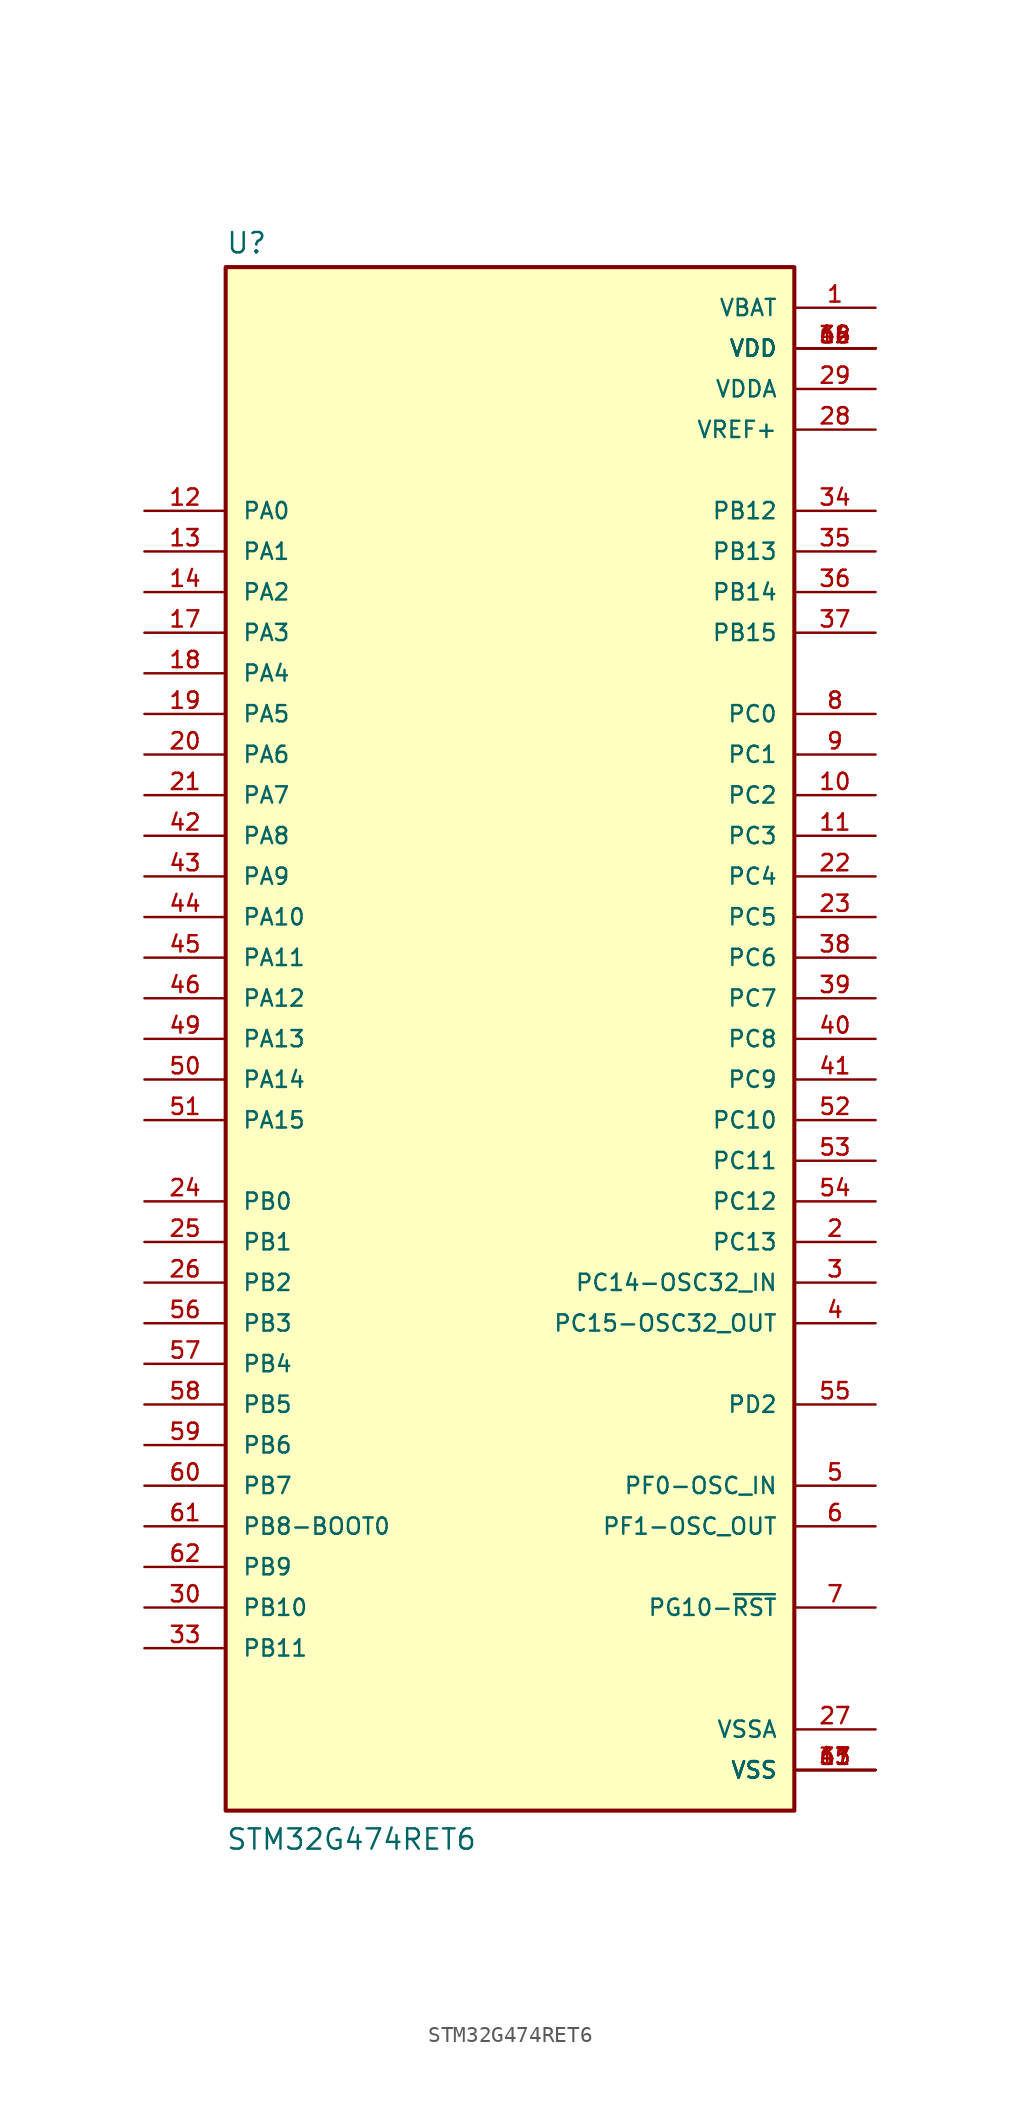
<source format=kicad_sym>
(kicad_symbol_lib
  (version 20211014)
  (generator kicad_symbol_editor)
  (symbol "STM32G474RET6"
    (pin_names
      (offset 1.016))
    (property "Reference" "U"
      (at -17.78 49.022 0)
      (effects (font (size 1.27 1.27)) (justify bottom left)))
    (property "Value" "STM32G474RET6"
      (at -17.78 -50.8 0)
      (effects (font (size 1.27 1.27)) (justify bottom left)))
    (symbol "STM32G474RET6_0_0"
      (rectangle (start -17.78 -48.26) (end 17.78 48.26) (stroke (width 0.254)) (fill (type background)))
      (pin power_in line (at 22.86 45.72 180.0) (length 5.08) (name "VBAT" (effects (font (size 1.016 1.016)))) (number "1" (effects (font (size 1.016 1.016)))))
      (pin bidirectional line (at 22.86 -12.7 180.0) (length 5.08) (name "PC13" (effects (font (size 1.016 1.016)))) (number "2" (effects (font (size 1.016 1.016)))))
      (pin bidirectional line (at 22.86 -15.24 180.0) (length 5.08) (name "PC14-OSC32_IN" (effects (font (size 1.016 1.016)))) (number "3" (effects (font (size 1.016 1.016)))))
      (pin bidirectional line (at 22.86 -17.78 180.0) (length 5.08) (name "PC15-OSC32_OUT" (effects (font (size 1.016 1.016)))) (number "4" (effects (font (size 1.016 1.016)))))
      (pin bidirectional line (at 22.86 -27.94 180.0) (length 5.08) (name "PF0-OSC_IN" (effects (font (size 1.016 1.016)))) (number "5" (effects (font (size 1.016 1.016)))))
      (pin bidirectional line (at 22.86 -30.48 180.0) (length 5.08) (name "PF1-OSC_OUT" (effects (font (size 1.016 1.016)))) (number "6" (effects (font (size 1.016 1.016)))))
      (pin bidirectional line (at 22.86 -35.56 180.0) (length 5.08) (name "PG10-~{RST}" (effects (font (size 1.016 1.016)))) (number "7" (effects (font (size 1.016 1.016)))))
      (pin bidirectional line (at 22.86 20.32 180.0) (length 5.08) (name "PC0" (effects (font (size 1.016 1.016)))) (number "8" (effects (font (size 1.016 1.016)))))
      (pin bidirectional line (at 22.86 17.78 180.0) (length 5.08) (name "PC1" (effects (font (size 1.016 1.016)))) (number "9" (effects (font (size 1.016 1.016)))))
      (pin bidirectional line (at 22.86 15.24 180.0) (length 5.08) (name "PC2" (effects (font (size 1.016 1.016)))) (number "10" (effects (font (size 1.016 1.016)))))
      (pin bidirectional line (at 22.86 12.7 180.0) (length 5.08) (name "PC3" (effects (font (size 1.016 1.016)))) (number "11" (effects (font (size 1.016 1.016)))))
      (pin power_in line (at 22.86 -43.18 180.0) (length 5.08) (name "VSSA" (effects (font (size 1.016 1.016)))) (number "27" (effects (font (size 1.016 1.016)))))
      (pin power_in line (at 22.86 38.1 180.0) (length 5.08) (name "VREF+" (effects (font (size 1.016 1.016)))) (number "28" (effects (font (size 1.016 1.016)))))
      (pin bidirectional line (at -22.86 33.02 0) (length 5.08) (name "PA0" (effects (font (size 1.016 1.016)))) (number "12" (effects (font (size 1.016 1.016)))))
      (pin bidirectional line (at -22.86 30.48 0) (length 5.08) (name "PA1" (effects (font (size 1.016 1.016)))) (number "13" (effects (font (size 1.016 1.016)))))
      (pin bidirectional line (at -22.86 27.94 0) (length 5.08) (name "PA2" (effects (font (size 1.016 1.016)))) (number "14" (effects (font (size 1.016 1.016)))))
      (pin bidirectional line (at -22.86 25.4 0) (length 5.08) (name "PA3" (effects (font (size 1.016 1.016)))) (number "17" (effects (font (size 1.016 1.016)))))
      (pin power_in line (at 22.86 -45.72 180.0) (length 5.08) (name "VSS" (effects (font (size 1.016 1.016)))) (number "15" (effects (font (size 1.016 1.016)))))
      (pin power_in line (at 22.86 -45.72 180.0) (length 5.08) (name "VSS" (effects (font (size 1.016 1.016)))) (number "31" (effects (font (size 1.016 1.016)))))
      (pin power_in line (at 22.86 -45.72 180.0) (length 5.08) (name "VSS" (effects (font (size 1.016 1.016)))) (number "47" (effects (font (size 1.016 1.016)))))
      (pin power_in line (at 22.86 -45.72 180.0) (length 5.08) (name "VSS" (effects (font (size 1.016 1.016)))) (number "63" (effects (font (size 1.016 1.016)))))
      (pin power_in line (at 22.86 43.18 180.0) (length 5.08) (name "VDD" (effects (font (size 1.016 1.016)))) (number "16" (effects (font (size 1.016 1.016)))))
      (pin power_in line (at 22.86 43.18 180.0) (length 5.08) (name "VDD" (effects (font (size 1.016 1.016)))) (number "32" (effects (font (size 1.016 1.016)))))
      (pin power_in line (at 22.86 43.18 180.0) (length 5.08) (name "VDD" (effects (font (size 1.016 1.016)))) (number "48" (effects (font (size 1.016 1.016)))))
      (pin power_in line (at 22.86 43.18 180.0) (length 5.08) (name "VDD" (effects (font (size 1.016 1.016)))) (number "64" (effects (font (size 1.016 1.016)))))
      (pin bidirectional line (at -22.86 22.86 0) (length 5.08) (name "PA4" (effects (font (size 1.016 1.016)))) (number "18" (effects (font (size 1.016 1.016)))))
      (pin bidirectional line (at -22.86 20.32 0) (length 5.08) (name "PA5" (effects (font (size 1.016 1.016)))) (number "19" (effects (font (size 1.016 1.016)))))
      (pin bidirectional line (at -22.86 17.78 0) (length 5.08) (name "PA6" (effects (font (size 1.016 1.016)))) (number "20" (effects (font (size 1.016 1.016)))))
      (pin bidirectional line (at -22.86 15.24 0) (length 5.08) (name "PA7" (effects (font (size 1.016 1.016)))) (number "21" (effects (font (size 1.016 1.016)))))
      (pin bidirectional line (at 22.86 10.16 180.0) (length 5.08) (name "PC4" (effects (font (size 1.016 1.016)))) (number "22" (effects (font (size 1.016 1.016)))))
      (pin bidirectional line (at 22.86 7.62 180.0) (length 5.08) (name "PC5" (effects (font (size 1.016 1.016)))) (number "23" (effects (font (size 1.016 1.016)))))
      (pin bidirectional line (at -22.86 -10.16 0) (length 5.08) (name "PB0" (effects (font (size 1.016 1.016)))) (number "24" (effects (font (size 1.016 1.016)))))
      (pin bidirectional line (at -22.86 -12.7 0) (length 5.08) (name "PB1" (effects (font (size 1.016 1.016)))) (number "25" (effects (font (size 1.016 1.016)))))
      (pin bidirectional line (at -22.86 -15.24 0) (length 5.08) (name "PB2" (effects (font (size 1.016 1.016)))) (number "26" (effects (font (size 1.016 1.016)))))
      (pin bidirectional line (at -22.86 -35.56 0) (length 5.08) (name "PB10" (effects (font (size 1.016 1.016)))) (number "30" (effects (font (size 1.016 1.016)))))
      (pin bidirectional line (at 22.86 33.02 180.0) (length 5.08) (name "PB12" (effects (font (size 1.016 1.016)))) (number "34" (effects (font (size 1.016 1.016)))))
      (pin bidirectional line (at 22.86 30.48 180.0) (length 5.08) (name "PB13" (effects (font (size 1.016 1.016)))) (number "35" (effects (font (size 1.016 1.016)))))
      (pin bidirectional line (at 22.86 27.94 180.0) (length 5.08) (name "PB14" (effects (font (size 1.016 1.016)))) (number "36" (effects (font (size 1.016 1.016)))))
      (pin bidirectional line (at 22.86 25.4 180.0) (length 5.08) (name "PB15" (effects (font (size 1.016 1.016)))) (number "37" (effects (font (size 1.016 1.016)))))
      (pin bidirectional line (at 22.86 5.08 180.0) (length 5.08) (name "PC6" (effects (font (size 1.016 1.016)))) (number "38" (effects (font (size 1.016 1.016)))))
      (pin bidirectional line (at 22.86 2.54 180.0) (length 5.08) (name "PC7" (effects (font (size 1.016 1.016)))) (number "39" (effects (font (size 1.016 1.016)))))
      (pin bidirectional line (at 22.86 0.0 180.0) (length 5.08) (name "PC8" (effects (font (size 1.016 1.016)))) (number "40" (effects (font (size 1.016 1.016)))))
      (pin bidirectional line (at 22.86 -2.54 180.0) (length 5.08) (name "PC9" (effects (font (size 1.016 1.016)))) (number "41" (effects (font (size 1.016 1.016)))))
      (pin bidirectional line (at -22.86 12.7 0) (length 5.08) (name "PA8" (effects (font (size 1.016 1.016)))) (number "42" (effects (font (size 1.016 1.016)))))
      (pin bidirectional line (at -22.86 10.16 0) (length 5.08) (name "PA9" (effects (font (size 1.016 1.016)))) (number "43" (effects (font (size 1.016 1.016)))))
      (pin bidirectional line (at -22.86 7.62 0) (length 5.08) (name "PA10" (effects (font (size 1.016 1.016)))) (number "44" (effects (font (size 1.016 1.016)))))
      (pin bidirectional line (at -22.86 5.08 0) (length 5.08) (name "PA11" (effects (font (size 1.016 1.016)))) (number "45" (effects (font (size 1.016 1.016)))))
      (pin bidirectional line (at -22.86 2.54 0) (length 5.08) (name "PA12" (effects (font (size 1.016 1.016)))) (number "46" (effects (font (size 1.016 1.016)))))
      (pin bidirectional line (at -22.86 0.0 0) (length 5.08) (name "PA13" (effects (font (size 1.016 1.016)))) (number "49" (effects (font (size 1.016 1.016)))))
      (pin bidirectional line (at -22.86 -2.54 0) (length 5.08) (name "PA14" (effects (font (size 1.016 1.016)))) (number "50" (effects (font (size 1.016 1.016)))))
      (pin bidirectional line (at -22.86 -5.08 0) (length 5.08) (name "PA15" (effects (font (size 1.016 1.016)))) (number "51" (effects (font (size 1.016 1.016)))))
      (pin bidirectional line (at 22.86 -5.08 180.0) (length 5.08) (name "PC10" (effects (font (size 1.016 1.016)))) (number "52" (effects (font (size 1.016 1.016)))))
      (pin bidirectional line (at 22.86 -7.62 180.0) (length 5.08) (name "PC11" (effects (font (size 1.016 1.016)))) (number "53" (effects (font (size 1.016 1.016)))))
      (pin bidirectional line (at 22.86 -10.16 180.0) (length 5.08) (name "PC12" (effects (font (size 1.016 1.016)))) (number "54" (effects (font (size 1.016 1.016)))))
      (pin bidirectional line (at 22.86 -22.86 180.0) (length 5.08) (name "PD2" (effects (font (size 1.016 1.016)))) (number "55" (effects (font (size 1.016 1.016)))))
      (pin bidirectional line (at -22.86 -17.78 0) (length 5.08) (name "PB3" (effects (font (size 1.016 1.016)))) (number "56" (effects (font (size 1.016 1.016)))))
      (pin bidirectional line (at -22.86 -20.32 0) (length 5.08) (name "PB4" (effects (font (size 1.016 1.016)))) (number "57" (effects (font (size 1.016 1.016)))))
      (pin bidirectional line (at -22.86 -22.86 0) (length 5.08) (name "PB5" (effects (font (size 1.016 1.016)))) (number "58" (effects (font (size 1.016 1.016)))))
      (pin bidirectional line (at -22.86 -25.4 0) (length 5.08) (name "PB6" (effects (font (size 1.016 1.016)))) (number "59" (effects (font (size 1.016 1.016)))))
      (pin bidirectional line (at -22.86 -27.94 0) (length 5.08) (name "PB7" (effects (font (size 1.016 1.016)))) (number "60" (effects (font (size 1.016 1.016)))))
      (pin bidirectional line (at -22.86 -30.48 0) (length 5.08) (name "PB8-BOOT0" (effects (font (size 1.016 1.016)))) (number "61" (effects (font (size 1.016 1.016)))))
      (pin bidirectional line (at -22.86 -33.02 0) (length 5.08) (name "PB9" (effects (font (size 1.016 1.016)))) (number "62" (effects (font (size 1.016 1.016)))))
      (pin power_in line (at 22.86 40.64 180.0) (length 5.08) (name "VDDA" (effects (font (size 1.016 1.016)))) (number "29" (effects (font (size 1.016 1.016)))))
      (pin bidirectional line (at -22.86 -38.1 0) (length 5.08) (name "PB11" (effects (font (size 1.016 1.016)))) (number "33" (effects (font (size 1.016 1.016))))))))
</source>
